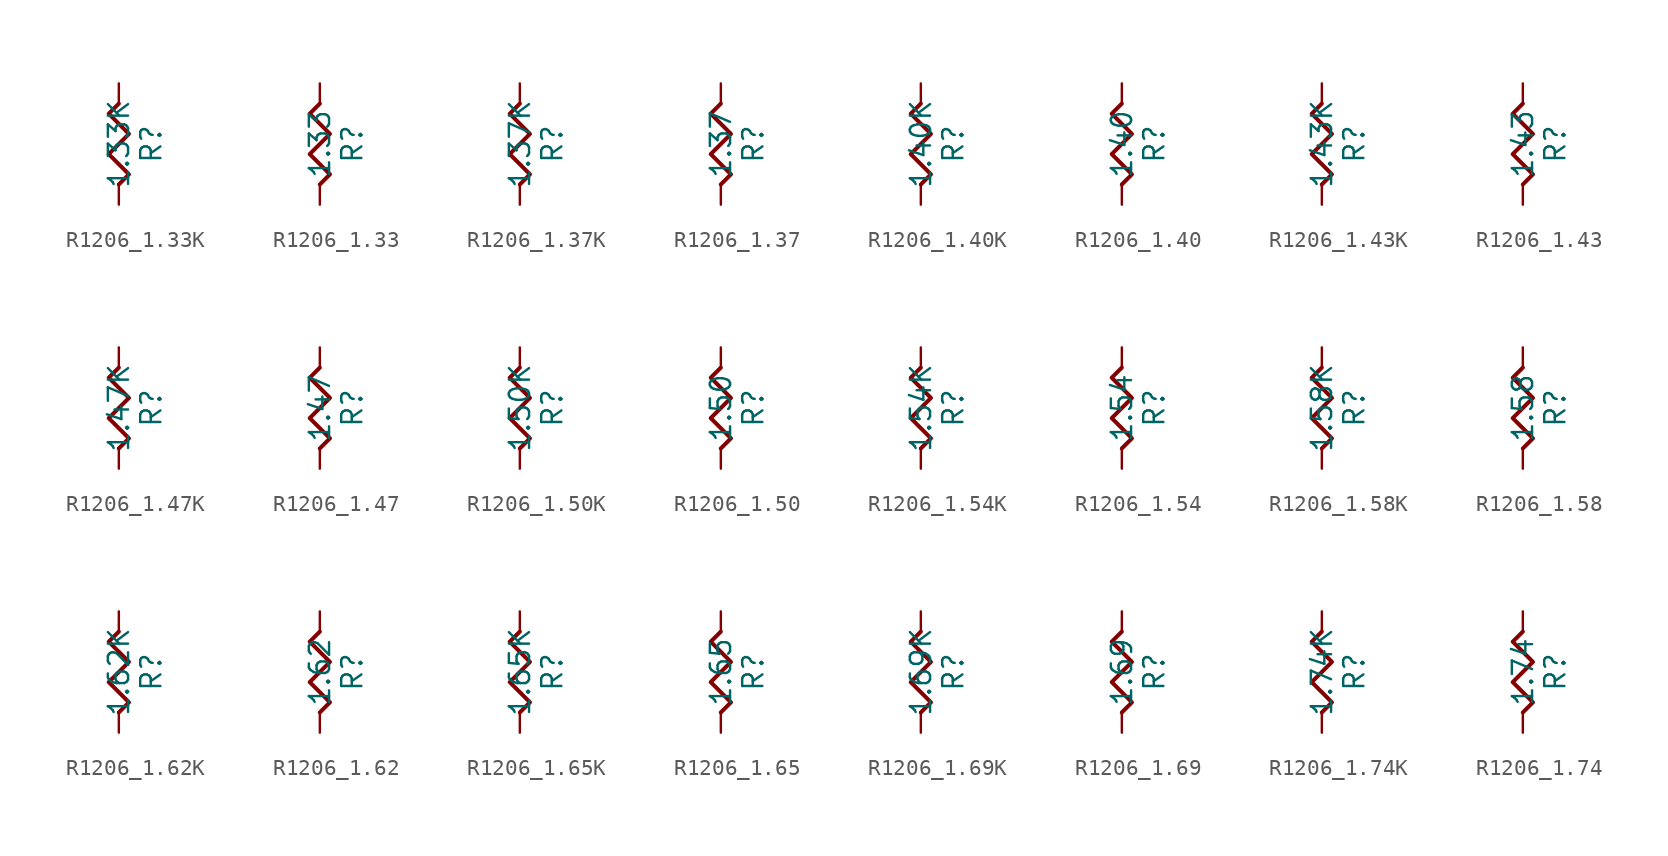
<source format=kicad_sym>
(kicad_symbol_lib
  (version 20211014)
  (generator atlantix-eda)
  (symbol "R1206_1.33K"
    (pin_numbers hide)
    (pin_names
      (offset 0))
    (property "Reference" "R"
      (at 2.032 0 90)
      (effects (font (size 1.27 1.27))))
    (property "Value" "1.33K"
      (at 0 0 90)
      (effects (font (size 1.27 1.27))))
    (symbol "R1206_1.33K_0_1"
      (polyline (pts (xy 0 -2.54) (xy 0.635 -1.905) (xy -0.635 -0.635) (xy 0.635 0.635) (xy -0.635 1.905) (xy 0 2.54)) (stroke (width 0.254) (type default) (color 0 0 0 0)) (fill (type none))))
    (symbol "R1206_1.33K_1_1"
      (pin passive line (at 0 3.81 270) (length 1.27) (name "~" (effects (font (size 1.27 1.27)))) (number "1" (effects (font (size 1.27 1.27)))))
      (pin passive line (at 0 -3.81 90) (length 1.27) (name "~" (effects (font (size 1.27 1.27)))) (number "2" (effects (font (size 1.27 1.27)))))))
  (symbol "R1206_1.33"
    (pin_numbers hide)
    (pin_names
      (offset 0))
    (property "Reference" "R"
      (at 2.032 0 90)
      (effects (font (size 1.27 1.27))))
    (property "Value" "1.33"
      (at 0 0 90)
      (effects (font (size 1.27 1.27))))
    (symbol "R1206_1.33_0_1"
      (polyline (pts (xy 0 -2.54) (xy 0.635 -1.905) (xy -0.635 -0.635) (xy 0.635 0.635) (xy -0.635 1.905) (xy 0 2.54)) (stroke (width 0.254) (type default) (color 0 0 0 0)) (fill (type none))))
    (symbol "R1206_1.33_1_1"
      (pin passive line (at 0 3.81 270) (length 1.27) (name "~" (effects (font (size 1.27 1.27)))) (number "1" (effects (font (size 1.27 1.27)))))
      (pin passive line (at 0 -3.81 90) (length 1.27) (name "~" (effects (font (size 1.27 1.27)))) (number "2" (effects (font (size 1.27 1.27)))))))
  (symbol "R1206_1.37K"
    (pin_numbers hide)
    (pin_names
      (offset 0))
    (property "Reference" "R"
      (at 2.032 0 90)
      (effects (font (size 1.27 1.27))))
    (property "Value" "1.37K"
      (at 0 0 90)
      (effects (font (size 1.27 1.27))))
    (symbol "R1206_1.37K_0_1"
      (polyline (pts (xy 0 -2.54) (xy 0.635 -1.905) (xy -0.635 -0.635) (xy 0.635 0.635) (xy -0.635 1.905) (xy 0 2.54)) (stroke (width 0.254) (type default) (color 0 0 0 0)) (fill (type none))))
    (symbol "R1206_1.37K_1_1"
      (pin passive line (at 0 3.81 270) (length 1.27) (name "~" (effects (font (size 1.27 1.27)))) (number "1" (effects (font (size 1.27 1.27)))))
      (pin passive line (at 0 -3.81 90) (length 1.27) (name "~" (effects (font (size 1.27 1.27)))) (number "2" (effects (font (size 1.27 1.27)))))))
  (symbol "R1206_1.37"
    (pin_numbers hide)
    (pin_names
      (offset 0))
    (property "Reference" "R"
      (at 2.032 0 90)
      (effects (font (size 1.27 1.27))))
    (property "Value" "1.37"
      (at 0 0 90)
      (effects (font (size 1.27 1.27))))
    (symbol "R1206_1.37_0_1"
      (polyline (pts (xy 0 -2.54) (xy 0.635 -1.905) (xy -0.635 -0.635) (xy 0.635 0.635) (xy -0.635 1.905) (xy 0 2.54)) (stroke (width 0.254) (type default) (color 0 0 0 0)) (fill (type none))))
    (symbol "R1206_1.37_1_1"
      (pin passive line (at 0 3.81 270) (length 1.27) (name "~" (effects (font (size 1.27 1.27)))) (number "1" (effects (font (size 1.27 1.27)))))
      (pin passive line (at 0 -3.81 90) (length 1.27) (name "~" (effects (font (size 1.27 1.27)))) (number "2" (effects (font (size 1.27 1.27)))))))
  (symbol "R1206_1.40K"
    (pin_numbers hide)
    (pin_names
      (offset 0))
    (property "Reference" "R"
      (at 2.032 0 90)
      (effects (font (size 1.27 1.27))))
    (property "Value" "1.40K"
      (at 0 0 90)
      (effects (font (size 1.27 1.27))))
    (symbol "R1206_1.40K_0_1"
      (polyline (pts (xy 0 -2.54) (xy 0.635 -1.905) (xy -0.635 -0.635) (xy 0.635 0.635) (xy -0.635 1.905) (xy 0 2.54)) (stroke (width 0.254) (type default) (color 0 0 0 0)) (fill (type none))))
    (symbol "R1206_1.40K_1_1"
      (pin passive line (at 0 3.81 270) (length 1.27) (name "~" (effects (font (size 1.27 1.27)))) (number "1" (effects (font (size 1.27 1.27)))))
      (pin passive line (at 0 -3.81 90) (length 1.27) (name "~" (effects (font (size 1.27 1.27)))) (number "2" (effects (font (size 1.27 1.27)))))))
  (symbol "R1206_1.40"
    (pin_numbers hide)
    (pin_names
      (offset 0))
    (property "Reference" "R"
      (at 2.032 0 90)
      (effects (font (size 1.27 1.27))))
    (property "Value" "1.40"
      (at 0 0 90)
      (effects (font (size 1.27 1.27))))
    (symbol "R1206_1.40_0_1"
      (polyline (pts (xy 0 -2.54) (xy 0.635 -1.905) (xy -0.635 -0.635) (xy 0.635 0.635) (xy -0.635 1.905) (xy 0 2.54)) (stroke (width 0.254) (type default) (color 0 0 0 0)) (fill (type none))))
    (symbol "R1206_1.40_1_1"
      (pin passive line (at 0 3.81 270) (length 1.27) (name "~" (effects (font (size 1.27 1.27)))) (number "1" (effects (font (size 1.27 1.27)))))
      (pin passive line (at 0 -3.81 90) (length 1.27) (name "~" (effects (font (size 1.27 1.27)))) (number "2" (effects (font (size 1.27 1.27)))))))
  (symbol "R1206_1.43K"
    (pin_numbers hide)
    (pin_names
      (offset 0))
    (property "Reference" "R"
      (at 2.032 0 90)
      (effects (font (size 1.27 1.27))))
    (property "Value" "1.43K"
      (at 0 0 90)
      (effects (font (size 1.27 1.27))))
    (symbol "R1206_1.43K_0_1"
      (polyline (pts (xy 0 -2.54) (xy 0.635 -1.905) (xy -0.635 -0.635) (xy 0.635 0.635) (xy -0.635 1.905) (xy 0 2.54)) (stroke (width 0.254) (type default) (color 0 0 0 0)) (fill (type none))))
    (symbol "R1206_1.43K_1_1"
      (pin passive line (at 0 3.81 270) (length 1.27) (name "~" (effects (font (size 1.27 1.27)))) (number "1" (effects (font (size 1.27 1.27)))))
      (pin passive line (at 0 -3.81 90) (length 1.27) (name "~" (effects (font (size 1.27 1.27)))) (number "2" (effects (font (size 1.27 1.27)))))))
  (symbol "R1206_1.43"
    (pin_numbers hide)
    (pin_names
      (offset 0))
    (property "Reference" "R"
      (at 2.032 0 90)
      (effects (font (size 1.27 1.27))))
    (property "Value" "1.43"
      (at 0 0 90)
      (effects (font (size 1.27 1.27))))
    (symbol "R1206_1.43_0_1"
      (polyline (pts (xy 0 -2.54) (xy 0.635 -1.905) (xy -0.635 -0.635) (xy 0.635 0.635) (xy -0.635 1.905) (xy 0 2.54)) (stroke (width 0.254) (type default) (color 0 0 0 0)) (fill (type none))))
    (symbol "R1206_1.43_1_1"
      (pin passive line (at 0 3.81 270) (length 1.27) (name "~" (effects (font (size 1.27 1.27)))) (number "1" (effects (font (size 1.27 1.27)))))
      (pin passive line (at 0 -3.81 90) (length 1.27) (name "~" (effects (font (size 1.27 1.27)))) (number "2" (effects (font (size 1.27 1.27)))))))
  (symbol "R1206_1.47K"
    (pin_numbers hide)
    (pin_names
      (offset 0))
    (property "Reference" "R"
      (at 2.032 0 90)
      (effects (font (size 1.27 1.27))))
    (property "Value" "1.47K"
      (at 0 0 90)
      (effects (font (size 1.27 1.27))))
    (symbol "R1206_1.47K_0_1"
      (polyline (pts (xy 0 -2.54) (xy 0.635 -1.905) (xy -0.635 -0.635) (xy 0.635 0.635) (xy -0.635 1.905) (xy 0 2.54)) (stroke (width 0.254) (type default) (color 0 0 0 0)) (fill (type none))))
    (symbol "R1206_1.47K_1_1"
      (pin passive line (at 0 3.81 270) (length 1.27) (name "~" (effects (font (size 1.27 1.27)))) (number "1" (effects (font (size 1.27 1.27)))))
      (pin passive line (at 0 -3.81 90) (length 1.27) (name "~" (effects (font (size 1.27 1.27)))) (number "2" (effects (font (size 1.27 1.27)))))))
  (symbol "R1206_1.47"
    (pin_numbers hide)
    (pin_names
      (offset 0))
    (property "Reference" "R"
      (at 2.032 0 90)
      (effects (font (size 1.27 1.27))))
    (property "Value" "1.47"
      (at 0 0 90)
      (effects (font (size 1.27 1.27))))
    (symbol "R1206_1.47_0_1"
      (polyline (pts (xy 0 -2.54) (xy 0.635 -1.905) (xy -0.635 -0.635) (xy 0.635 0.635) (xy -0.635 1.905) (xy 0 2.54)) (stroke (width 0.254) (type default) (color 0 0 0 0)) (fill (type none))))
    (symbol "R1206_1.47_1_1"
      (pin passive line (at 0 3.81 270) (length 1.27) (name "~" (effects (font (size 1.27 1.27)))) (number "1" (effects (font (size 1.27 1.27)))))
      (pin passive line (at 0 -3.81 90) (length 1.27) (name "~" (effects (font (size 1.27 1.27)))) (number "2" (effects (font (size 1.27 1.27)))))))
  (symbol "R1206_1.50K"
    (pin_numbers hide)
    (pin_names
      (offset 0))
    (property "Reference" "R"
      (at 2.032 0 90)
      (effects (font (size 1.27 1.27))))
    (property "Value" "1.50K"
      (at 0 0 90)
      (effects (font (size 1.27 1.27))))
    (symbol "R1206_1.50K_0_1"
      (polyline (pts (xy 0 -2.54) (xy 0.635 -1.905) (xy -0.635 -0.635) (xy 0.635 0.635) (xy -0.635 1.905) (xy 0 2.54)) (stroke (width 0.254) (type default) (color 0 0 0 0)) (fill (type none))))
    (symbol "R1206_1.50K_1_1"
      (pin passive line (at 0 3.81 270) (length 1.27) (name "~" (effects (font (size 1.27 1.27)))) (number "1" (effects (font (size 1.27 1.27)))))
      (pin passive line (at 0 -3.81 90) (length 1.27) (name "~" (effects (font (size 1.27 1.27)))) (number "2" (effects (font (size 1.27 1.27)))))))
  (symbol "R1206_1.50"
    (pin_numbers hide)
    (pin_names
      (offset 0))
    (property "Reference" "R"
      (at 2.032 0 90)
      (effects (font (size 1.27 1.27))))
    (property "Value" "1.50"
      (at 0 0 90)
      (effects (font (size 1.27 1.27))))
    (symbol "R1206_1.50_0_1"
      (polyline (pts (xy 0 -2.54) (xy 0.635 -1.905) (xy -0.635 -0.635) (xy 0.635 0.635) (xy -0.635 1.905) (xy 0 2.54)) (stroke (width 0.254) (type default) (color 0 0 0 0)) (fill (type none))))
    (symbol "R1206_1.50_1_1"
      (pin passive line (at 0 3.81 270) (length 1.27) (name "~" (effects (font (size 1.27 1.27)))) (number "1" (effects (font (size 1.27 1.27)))))
      (pin passive line (at 0 -3.81 90) (length 1.27) (name "~" (effects (font (size 1.27 1.27)))) (number "2" (effects (font (size 1.27 1.27)))))))
  (symbol "R1206_1.54K"
    (pin_numbers hide)
    (pin_names
      (offset 0))
    (property "Reference" "R"
      (at 2.032 0 90)
      (effects (font (size 1.27 1.27))))
    (property "Value" "1.54K"
      (at 0 0 90)
      (effects (font (size 1.27 1.27))))
    (symbol "R1206_1.54K_0_1"
      (polyline (pts (xy 0 -2.54) (xy 0.635 -1.905) (xy -0.635 -0.635) (xy 0.635 0.635) (xy -0.635 1.905) (xy 0 2.54)) (stroke (width 0.254) (type default) (color 0 0 0 0)) (fill (type none))))
    (symbol "R1206_1.54K_1_1"
      (pin passive line (at 0 3.81 270) (length 1.27) (name "~" (effects (font (size 1.27 1.27)))) (number "1" (effects (font (size 1.27 1.27)))))
      (pin passive line (at 0 -3.81 90) (length 1.27) (name "~" (effects (font (size 1.27 1.27)))) (number "2" (effects (font (size 1.27 1.27)))))))
  (symbol "R1206_1.54"
    (pin_numbers hide)
    (pin_names
      (offset 0))
    (property "Reference" "R"
      (at 2.032 0 90)
      (effects (font (size 1.27 1.27))))
    (property "Value" "1.54"
      (at 0 0 90)
      (effects (font (size 1.27 1.27))))
    (symbol "R1206_1.54_0_1"
      (polyline (pts (xy 0 -2.54) (xy 0.635 -1.905) (xy -0.635 -0.635) (xy 0.635 0.635) (xy -0.635 1.905) (xy 0 2.54)) (stroke (width 0.254) (type default) (color 0 0 0 0)) (fill (type none))))
    (symbol "R1206_1.54_1_1"
      (pin passive line (at 0 3.81 270) (length 1.27) (name "~" (effects (font (size 1.27 1.27)))) (number "1" (effects (font (size 1.27 1.27)))))
      (pin passive line (at 0 -3.81 90) (length 1.27) (name "~" (effects (font (size 1.27 1.27)))) (number "2" (effects (font (size 1.27 1.27)))))))
  (symbol "R1206_1.58K"
    (pin_numbers hide)
    (pin_names
      (offset 0))
    (property "Reference" "R"
      (at 2.032 0 90)
      (effects (font (size 1.27 1.27))))
    (property "Value" "1.58K"
      (at 0 0 90)
      (effects (font (size 1.27 1.27))))
    (symbol "R1206_1.58K_0_1"
      (polyline (pts (xy 0 -2.54) (xy 0.635 -1.905) (xy -0.635 -0.635) (xy 0.635 0.635) (xy -0.635 1.905) (xy 0 2.54)) (stroke (width 0.254) (type default) (color 0 0 0 0)) (fill (type none))))
    (symbol "R1206_1.58K_1_1"
      (pin passive line (at 0 3.81 270) (length 1.27) (name "~" (effects (font (size 1.27 1.27)))) (number "1" (effects (font (size 1.27 1.27)))))
      (pin passive line (at 0 -3.81 90) (length 1.27) (name "~" (effects (font (size 1.27 1.27)))) (number "2" (effects (font (size 1.27 1.27)))))))
  (symbol "R1206_1.58"
    (pin_numbers hide)
    (pin_names
      (offset 0))
    (property "Reference" "R"
      (at 2.032 0 90)
      (effects (font (size 1.27 1.27))))
    (property "Value" "1.58"
      (at 0 0 90)
      (effects (font (size 1.27 1.27))))
    (symbol "R1206_1.58_0_1"
      (polyline (pts (xy 0 -2.54) (xy 0.635 -1.905) (xy -0.635 -0.635) (xy 0.635 0.635) (xy -0.635 1.905) (xy 0 2.54)) (stroke (width 0.254) (type default) (color 0 0 0 0)) (fill (type none))))
    (symbol "R1206_1.58_1_1"
      (pin passive line (at 0 3.81 270) (length 1.27) (name "~" (effects (font (size 1.27 1.27)))) (number "1" (effects (font (size 1.27 1.27)))))
      (pin passive line (at 0 -3.81 90) (length 1.27) (name "~" (effects (font (size 1.27 1.27)))) (number "2" (effects (font (size 1.27 1.27)))))))
  (symbol "R1206_1.62K"
    (pin_numbers hide)
    (pin_names
      (offset 0))
    (property "Reference" "R"
      (at 2.032 0 90)
      (effects (font (size 1.27 1.27))))
    (property "Value" "1.62K"
      (at 0 0 90)
      (effects (font (size 1.27 1.27))))
    (symbol "R1206_1.62K_0_1"
      (polyline (pts (xy 0 -2.54) (xy 0.635 -1.905) (xy -0.635 -0.635) (xy 0.635 0.635) (xy -0.635 1.905) (xy 0 2.54)) (stroke (width 0.254) (type default) (color 0 0 0 0)) (fill (type none))))
    (symbol "R1206_1.62K_1_1"
      (pin passive line (at 0 3.81 270) (length 1.27) (name "~" (effects (font (size 1.27 1.27)))) (number "1" (effects (font (size 1.27 1.27)))))
      (pin passive line (at 0 -3.81 90) (length 1.27) (name "~" (effects (font (size 1.27 1.27)))) (number "2" (effects (font (size 1.27 1.27)))))))
  (symbol "R1206_1.62"
    (pin_numbers hide)
    (pin_names
      (offset 0))
    (property "Reference" "R"
      (at 2.032 0 90)
      (effects (font (size 1.27 1.27))))
    (property "Value" "1.62"
      (at 0 0 90)
      (effects (font (size 1.27 1.27))))
    (symbol "R1206_1.62_0_1"
      (polyline (pts (xy 0 -2.54) (xy 0.635 -1.905) (xy -0.635 -0.635) (xy 0.635 0.635) (xy -0.635 1.905) (xy 0 2.54)) (stroke (width 0.254) (type default) (color 0 0 0 0)) (fill (type none))))
    (symbol "R1206_1.62_1_1"
      (pin passive line (at 0 3.81 270) (length 1.27) (name "~" (effects (font (size 1.27 1.27)))) (number "1" (effects (font (size 1.27 1.27)))))
      (pin passive line (at 0 -3.81 90) (length 1.27) (name "~" (effects (font (size 1.27 1.27)))) (number "2" (effects (font (size 1.27 1.27)))))))
  (symbol "R1206_1.65K"
    (pin_numbers hide)
    (pin_names
      (offset 0))
    (property "Reference" "R"
      (at 2.032 0 90)
      (effects (font (size 1.27 1.27))))
    (property "Value" "1.65K"
      (at 0 0 90)
      (effects (font (size 1.27 1.27))))
    (symbol "R1206_1.65K_0_1"
      (polyline (pts (xy 0 -2.54) (xy 0.635 -1.905) (xy -0.635 -0.635) (xy 0.635 0.635) (xy -0.635 1.905) (xy 0 2.54)) (stroke (width 0.254) (type default) (color 0 0 0 0)) (fill (type none))))
    (symbol "R1206_1.65K_1_1"
      (pin passive line (at 0 3.81 270) (length 1.27) (name "~" (effects (font (size 1.27 1.27)))) (number "1" (effects (font (size 1.27 1.27)))))
      (pin passive line (at 0 -3.81 90) (length 1.27) (name "~" (effects (font (size 1.27 1.27)))) (number "2" (effects (font (size 1.27 1.27)))))))
  (symbol "R1206_1.65"
    (pin_numbers hide)
    (pin_names
      (offset 0))
    (property "Reference" "R"
      (at 2.032 0 90)
      (effects (font (size 1.27 1.27))))
    (property "Value" "1.65"
      (at 0 0 90)
      (effects (font (size 1.27 1.27))))
    (symbol "R1206_1.65_0_1"
      (polyline (pts (xy 0 -2.54) (xy 0.635 -1.905) (xy -0.635 -0.635) (xy 0.635 0.635) (xy -0.635 1.905) (xy 0 2.54)) (stroke (width 0.254) (type default) (color 0 0 0 0)) (fill (type none))))
    (symbol "R1206_1.65_1_1"
      (pin passive line (at 0 3.81 270) (length 1.27) (name "~" (effects (font (size 1.27 1.27)))) (number "1" (effects (font (size 1.27 1.27)))))
      (pin passive line (at 0 -3.81 90) (length 1.27) (name "~" (effects (font (size 1.27 1.27)))) (number "2" (effects (font (size 1.27 1.27)))))))
  (symbol "R1206_1.69K"
    (pin_numbers hide)
    (pin_names
      (offset 0))
    (property "Reference" "R"
      (at 2.032 0 90)
      (effects (font (size 1.27 1.27))))
    (property "Value" "1.69K"
      (at 0 0 90)
      (effects (font (size 1.27 1.27))))
    (symbol "R1206_1.69K_0_1"
      (polyline (pts (xy 0 -2.54) (xy 0.635 -1.905) (xy -0.635 -0.635) (xy 0.635 0.635) (xy -0.635 1.905) (xy 0 2.54)) (stroke (width 0.254) (type default) (color 0 0 0 0)) (fill (type none))))
    (symbol "R1206_1.69K_1_1"
      (pin passive line (at 0 3.81 270) (length 1.27) (name "~" (effects (font (size 1.27 1.27)))) (number "1" (effects (font (size 1.27 1.27)))))
      (pin passive line (at 0 -3.81 90) (length 1.27) (name "~" (effects (font (size 1.27 1.27)))) (number "2" (effects (font (size 1.27 1.27)))))))
  (symbol "R1206_1.69"
    (pin_numbers hide)
    (pin_names
      (offset 0))
    (property "Reference" "R"
      (at 2.032 0 90)
      (effects (font (size 1.27 1.27))))
    (property "Value" "1.69"
      (at 0 0 90)
      (effects (font (size 1.27 1.27))))
    (symbol "R1206_1.69_0_1"
      (polyline (pts (xy 0 -2.54) (xy 0.635 -1.905) (xy -0.635 -0.635) (xy 0.635 0.635) (xy -0.635 1.905) (xy 0 2.54)) (stroke (width 0.254) (type default) (color 0 0 0 0)) (fill (type none))))
    (symbol "R1206_1.69_1_1"
      (pin passive line (at 0 3.81 270) (length 1.27) (name "~" (effects (font (size 1.27 1.27)))) (number "1" (effects (font (size 1.27 1.27)))))
      (pin passive line (at 0 -3.81 90) (length 1.27) (name "~" (effects (font (size 1.27 1.27)))) (number "2" (effects (font (size 1.27 1.27)))))))
  (symbol "R1206_1.74K"
    (pin_numbers hide)
    (pin_names
      (offset 0))
    (property "Reference" "R"
      (at 2.032 0 90)
      (effects (font (size 1.27 1.27))))
    (property "Value" "1.74K"
      (at 0 0 90)
      (effects (font (size 1.27 1.27))))
    (symbol "R1206_1.74K_0_1"
      (polyline (pts (xy 0 -2.54) (xy 0.635 -1.905) (xy -0.635 -0.635) (xy 0.635 0.635) (xy -0.635 1.905) (xy 0 2.54)) (stroke (width 0.254) (type default) (color 0 0 0 0)) (fill (type none))))
    (symbol "R1206_1.74K_1_1"
      (pin passive line (at 0 3.81 270) (length 1.27) (name "~" (effects (font (size 1.27 1.27)))) (number "1" (effects (font (size 1.27 1.27)))))
      (pin passive line (at 0 -3.81 90) (length 1.27) (name "~" (effects (font (size 1.27 1.27)))) (number "2" (effects (font (size 1.27 1.27)))))))
  (symbol "R1206_1.74"
    (pin_numbers hide)
    (pin_names
      (offset 0))
    (property "Reference" "R"
      (at 2.032 0 90)
      (effects (font (size 1.27 1.27))))
    (property "Value" "1.74"
      (at 0 0 90)
      (effects (font (size 1.27 1.27))))
    (symbol "R1206_1.74_0_1"
      (polyline (pts (xy 0 -2.54) (xy 0.635 -1.905) (xy -0.635 -0.635) (xy 0.635 0.635) (xy -0.635 1.905) (xy 0 2.54)) (stroke (width 0.254) (type default) (color 0 0 0 0)) (fill (type none))))
    (symbol "R1206_1.74_1_1"
      (pin passive line (at 0 3.81 270) (length 1.27) (name "~" (effects (font (size 1.27 1.27)))) (number "1" (effects (font (size 1.27 1.27)))))
      (pin passive line (at 0 -3.81 90) (length 1.27) (name "~" (effects (font (size 1.27 1.27)))) (number "2" (effects (font (size 1.27 1.27))))))))
</source>
